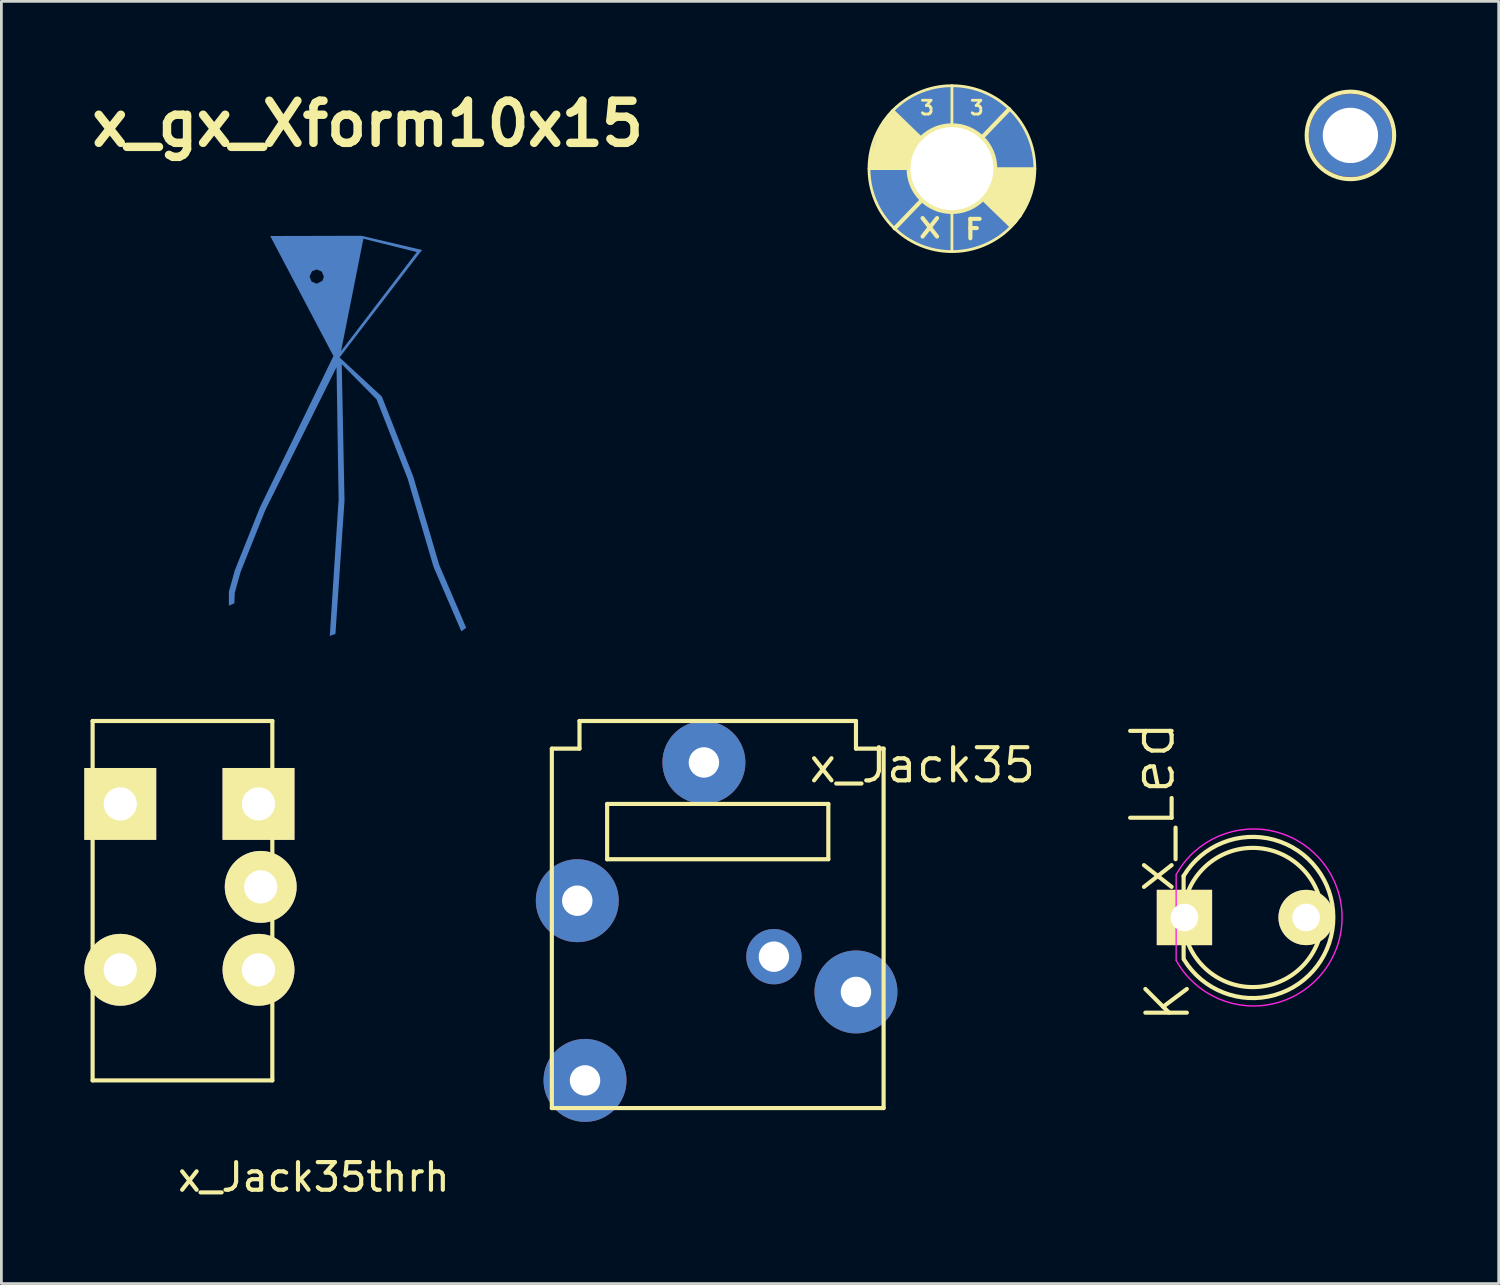
<source format=kicad_pcb>
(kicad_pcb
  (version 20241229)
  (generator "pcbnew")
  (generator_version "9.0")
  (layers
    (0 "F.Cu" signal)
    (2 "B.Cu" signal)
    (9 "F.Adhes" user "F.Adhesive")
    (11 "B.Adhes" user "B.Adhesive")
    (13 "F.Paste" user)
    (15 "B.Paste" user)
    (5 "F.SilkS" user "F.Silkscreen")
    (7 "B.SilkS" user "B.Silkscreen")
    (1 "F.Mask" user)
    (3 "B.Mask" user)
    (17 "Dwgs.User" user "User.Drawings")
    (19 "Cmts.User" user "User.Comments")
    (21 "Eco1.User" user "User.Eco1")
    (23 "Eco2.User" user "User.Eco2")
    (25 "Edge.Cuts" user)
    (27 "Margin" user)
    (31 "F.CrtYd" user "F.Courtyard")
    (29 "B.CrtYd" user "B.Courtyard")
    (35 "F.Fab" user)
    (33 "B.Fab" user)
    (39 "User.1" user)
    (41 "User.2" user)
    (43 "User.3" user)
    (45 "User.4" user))
  (footprint "x_Jack35thrh"
    (placed yes)
    (layer "F.Cu")
    (at 3.8 29.028)
    (property "Reference" "x_Jack35thrh" (at 4.5 10.5 0) (layer "F.SilkS") (effects (font (size 1 1) (thickness 0.15))))
    (attr through_hole)
    (fp_line (start -3.5 -6) (end 2.5 -6) (stroke (width 0.15) (type solid)) (layer "F.SilkS"))
    (fp_line (start -3.5 7) (end -3.5 -6) (stroke (width 0.15) (type solid)) (layer "F.SilkS"))
    (fp_line (start 2.5 -6) (end 3 -6) (stroke (width 0.15) (type solid)) (layer "F.SilkS"))
    (fp_line (start 3 -6) (end 3 7) (stroke (width 0.15) (type solid)) (layer "F.SilkS"))
    (fp_line (start 3 7) (end -3.5 7) (stroke (width 0.15) (type solid)) (layer "F.SilkS"))
    (pad "1" thru_hole circle (at -2.5 3) (size 2.6 2.6) (drill 1.2) (layers "*.Cu" "*.Mask" "F.SilkS"))
    (pad "1" thru_hole circle (at 2.5 3) (size 2.6 2.6) (drill 1.2) (layers "*.Cu" "*.Mask" "F.SilkS"))
    (pad "2" thru_hole circle (at 2.58 0) (size 2.6 2.6) (drill 1.2) (layers "*.Cu" "*.Mask" "F.SilkS"))
    (pad "3" thru_hole rect (at -2.5 -3) (size 2.6 2.6) (drill 1.2) (layers "*.Cu" "*.Mask" "F.SilkS"))
    (pad "3" thru_hole rect (at 2.5 -3) (size 2.6 2.6) (drill 1.2) (layers "*.Cu" "*.Mask" "F.SilkS")))
  (footprint "x_Jack35"
    (layer "F.Cu")
    (at 22.91 30.028)
    (property "Reference" "x_Jack35" (at 7.4 -5.4 0) (layer "F.SilkS") (effects (font (size 1.2 1.2) (thickness 0.15))))
    (attr through_hole)
    (fp_line (start -6 7) (end -6 -6) (stroke (width 0.15) (type solid)) (layer "F.SilkS"))
    (fp_line (start -5 -7) (end 5 -7) (stroke (width 0.15) (type solid)) (layer "F.SilkS"))
    (fp_line (start -5 -6) (end -6 -6) (stroke (width 0.15) (type solid)) (layer "F.SilkS"))
    (fp_line (start -5 -6) (end -5 -7) (stroke (width 0.15) (type solid)) (layer "F.SilkS"))
    (fp_line (start -4 -4) (end 4 -4) (stroke (width 0.15) (type solid)) (layer "F.SilkS"))
    (fp_line (start -4 -2) (end -4 -4) (stroke (width 0.15) (type solid)) (layer "F.SilkS"))
    (fp_line (start 4 -4) (end 4 -2) (stroke (width 0.15) (type solid)) (layer "F.SilkS"))
    (fp_line (start 4 -2) (end -4 -2) (stroke (width 0.15) (type solid)) (layer "F.SilkS"))
    (fp_line (start 5 -7) (end 5 -6) (stroke (width 0.15) (type solid)) (layer "F.SilkS"))
    (fp_line (start 6 -6) (end 5 -6) (stroke (width 0.15) (type solid)) (layer "F.SilkS"))
    (fp_line (start 6 -6) (end 6 7) (stroke (width 0.15) (type solid)) (layer "F.SilkS"))
    (fp_line (start 6 7) (end -6 7) (stroke (width 0.15) (type solid)) (layer "F.SilkS"))
    (pad "1" thru_hole circle (at -0.5 -5.5 90) (size 3 3) (drill 1.1) (layers "*.Cu" "*.Mask"))
    (pad "2" thru_hole circle (at -5.08 -0.5) (size 3 3) (drill 1.1) (layers "*.Cu" "*.Mask"))
    (pad "3" thru_hole circle (at 5 2.8 90) (size 3 3) (drill 1.1) (layers "*.Cu" "*.Mask"))
    (pad "5" thru_hole circle (at -4.8 6) (size 3 3) (drill 1.1) (layers "*.Cu" "*.Mask"))
    (pad "6" thru_hole circle (at 2.032 1.524) (size 2 2) (drill 1.1) (layers "*.Cu" "*.Mask")))
  (footprint "x_Led"
    (layer "F.Cu")
    (at 40.991 30.135)
    (property "Reference" "x_Led" (at -2.35 -4 90) (layer "F.SilkS") (effects (font (size 1.5 1.5) (thickness 0.15))))
    (attr through_hole)
    (fp_line (start -1.23 1.5) (end -1.23 -1.5) (stroke (width 0.15) (type solid)) (layer "F.SilkS"))
    (fp_arc (start -1.23 -1.5) (mid 4.18544 -0.014565) (end -1.214888 1.524904) (stroke (width 0.15) (type solid)) (layer "F.SilkS"))
    (fp_circle (center 1.27 0) (end 0.97 -2.5) (stroke (width 0.15) (type solid)) (fill no) (layer "F.SilkS"))
    (fp_line (start -1.5 -1.55) (end -1.5 1.55) (stroke (width 0.05) (type solid)) (layer "F.CrtYd"))
    (fp_arc (start -1.498248 -1.55316) (mid 4.50039 0.001807) (end -1.5 1.55) (stroke (width 0.05) (type solid)) (layer "F.CrtYd"))
    (fp_text user "K" (at -1.8 3.05 90) (layer "F.SilkS") (effects (font (size 1.5 1.5) (thickness 0.15))))
    (pad "1" thru_hole rect (at -1.2 0 90) (size 2 2) (drill 1) (layers "*.Cu" "*.Mask" "F.SilkS"))
    (pad "2" thru_hole circle (at 3.2 0) (size 2 2) (drill 1) (layers "*.Cu" "*.Mask" "F.SilkS")))
  (footprint "x_gx_Xform10x15"
    (layer "F.Cu")
    (at 10.247 12.214)
    (property "Reference" "x_gx_Xform10x15" (at 0 -10.787 0) (layer "F.SilkS") (effects (font (size 1.524 1.524) (thickness 0.305))))
    (attr smd)
    (fp_poly (pts (xy -0.225 -6.736) (xy -0.96 -2.567) (xy 1.777 -6.147) (xy -0.153 -6.629) (xy -0.96 -2.567) (xy -0.225 -6.736) (xy -1.842 -5.518) (xy -2.01 -5.456) (xy -2.101 -5.26) (xy -2.026 -5.078) (xy -1.842 -5.001) (xy -1.632 -5.109) (xy -1.584 -5.26) (xy -1.66 -5.442) (xy -1.842 -5.518) (xy -0.225 -6.736) (xy -0.225 -6.736) (xy 1.966 -6.222) (xy -1.014 -2.335) (xy 0.516 -0.92) (xy 1.654 1.983) (xy 2.591 5.172) (xy 3.564 7.441) (xy 3.389 7.572) (xy 2.383 5.237) (xy 1.446 2.048) (xy 0.326 -0.815) (xy -0.936 -2.092) (xy -0.836 2.837) (xy -1.164 7.664) (xy -1.369 7.739) (xy -1.049 2.795) (xy -1.125 -1.983) (xy -3.7 3.185) (xy -4.597 5.43) (xy -4.807 6.185) (xy -4.82 6.557) (xy -5.018 6.645) (xy -5.02 6.144) (xy -4.803 5.361) (xy -3.898 3.098) (xy -1.237 -2.386) (xy -3.524 -6.728) (xy -0.228 -6.736) (xy -0.225 -6.736)) (stroke (width 0) (type solid)) (fill yes) (layer "B.Cu")))
  (footprint "x_HoleRound"
    (layer "F.Cu")
    (at 31.381 3.05)
    (property "Reference" "x_HoleRound" (at -3 -1 0) (layer "Eco1.User") (effects (font (size 1 1) (thickness 0.15))))
    (attr through_hole)
    (fp_line (start -2.88 -0.144) (end -0.5 -0.164) (stroke (width 0.3) (type solid)) (layer "F.SilkS"))
    (fp_line (start -2.75 -0.424) (end -1.63 -0.404) (stroke (width 0.5) (type solid)) (layer "F.SilkS"))
    (fp_line (start -2.49 -0.524) (end -2.26 -1.224) (stroke (width 0.85) (type solid)) (layer "F.SilkS"))
    (fp_line (start -2.45 -1.264) (end -1.23 -0.294) (stroke (width 0.4) (type solid)) (layer "F.SilkS"))
    (fp_line (start -2.38 -1.644) (end -0.8 -0.254) (stroke (width 0.3) (type solid)) (layer "F.SilkS"))
    (fp_line (start -2.21 -1.854) (end -0.26 -0.094) (stroke (width 0.3) (type solid)) (layer "F.SilkS"))
    (fp_line (start -2.07 2.16) (end 2.07 -2.15) (stroke (width 0.15) (type solid)) (layer "F.SilkS"))
    (fp_line (start 0 3) (end 0 -3) (stroke (width 0.1) (type solid)) (layer "F.SilkS"))
    (fp_line (start 2.12 2.05) (end -2.14 -2.07) (stroke (width 0.15) (type solid)) (layer "F.SilkS"))
    (fp_line (start 2.22 1.86) (end 0.27 0.1) (stroke (width 0.3) (type solid)) (layer "F.SilkS"))
    (fp_line (start 2.39 1.65) (end 0.81 0.26) (stroke (width 0.3) (type solid)) (layer "F.SilkS"))
    (fp_line (start 2.46 1.27) (end 1.24 0.3) (stroke (width 0.4) (type solid)) (layer "F.SilkS"))
    (fp_line (start 2.5 0.53) (end 2.27 1.23) (stroke (width 0.85) (type solid)) (layer "F.SilkS"))
    (fp_line (start 2.76 0.43) (end 1.64 0.41) (stroke (width 0.5) (type solid)) (layer "F.SilkS"))
    (fp_line (start 2.89 0.15) (end 0.51 0.17) (stroke (width 0.3) (type solid)) (layer "F.SilkS"))
    (fp_line (start 3 0) (end -3 0) (stroke (width 0.1) (type solid)) (layer "F.SilkS"))
    (fp_circle (center 0 0) (end 0 3) (stroke (width 0.1) (type solid)) (fill no) (layer "F.SilkS"))
    (fp_circle (center 0 0) (end 0.1 -0.15) (stroke (width 0.2) (type solid)) (fill no) (layer "F.SilkS"))
    (fp_circle (center 0 0) (end 0.15 -0.5) (stroke (width 0.2) (type solid)) (fill no) (layer "F.SilkS"))
    (fp_circle (center 0 0) (end 0.35 -1.5) (stroke (width 0.2) (type solid)) (fill no) (layer "F.SilkS"))
    (fp_text user "x" (at -0.8 2 0) (layer "F.SilkS") (effects (font (size 1 1) (thickness 0.15))))
    (fp_text user "F" (at 0.8 2.2 0) (layer "F.SilkS") (effects (font (size 0.7 0.7) (thickness 0.15))))
    (fp_text user "3" (at 0.9 -2.2 0) (layer "F.SilkS") (effects (font (size 0.5 0.5) (thickness 0.1))))
    (fp_text user "3" (at -0.9 -2.2 0) (layer "F.SilkS") (effects (font (size 0.5 0.5) (thickness 0.1))))
    (pad "~" thru_hole circle (at 0 0) (size 6 6) (drill 3) (layers "*.Cu" "B.Mask")))
  (footprint "x_HoleRoundS"
    (layer "F.Cu")
    (at 45.794 1.848)
    (property "Reference" "x_HoleRoundS" (at -3 -1 0) (layer "Eco1.User") (effects (font (size 1 1) (thickness 0.15))))
    (attr through_hole)
    (fp_circle (center 0 0) (end 0.5 -1.5) (stroke (width 0.15) (type solid)) (fill no) (layer "F.SilkS"))
    (pad "" thru_hole circle (at 0 0) (size 3 3) (drill 2) (layers "*.Cu" "B.Mask")))
  (gr_rect
    (start -3 -3)
    (end 51.157 43.376)
    (stroke (width 0.1) (type default))
    (fill no)
    (layer "Edge.Cuts")))
</source>
